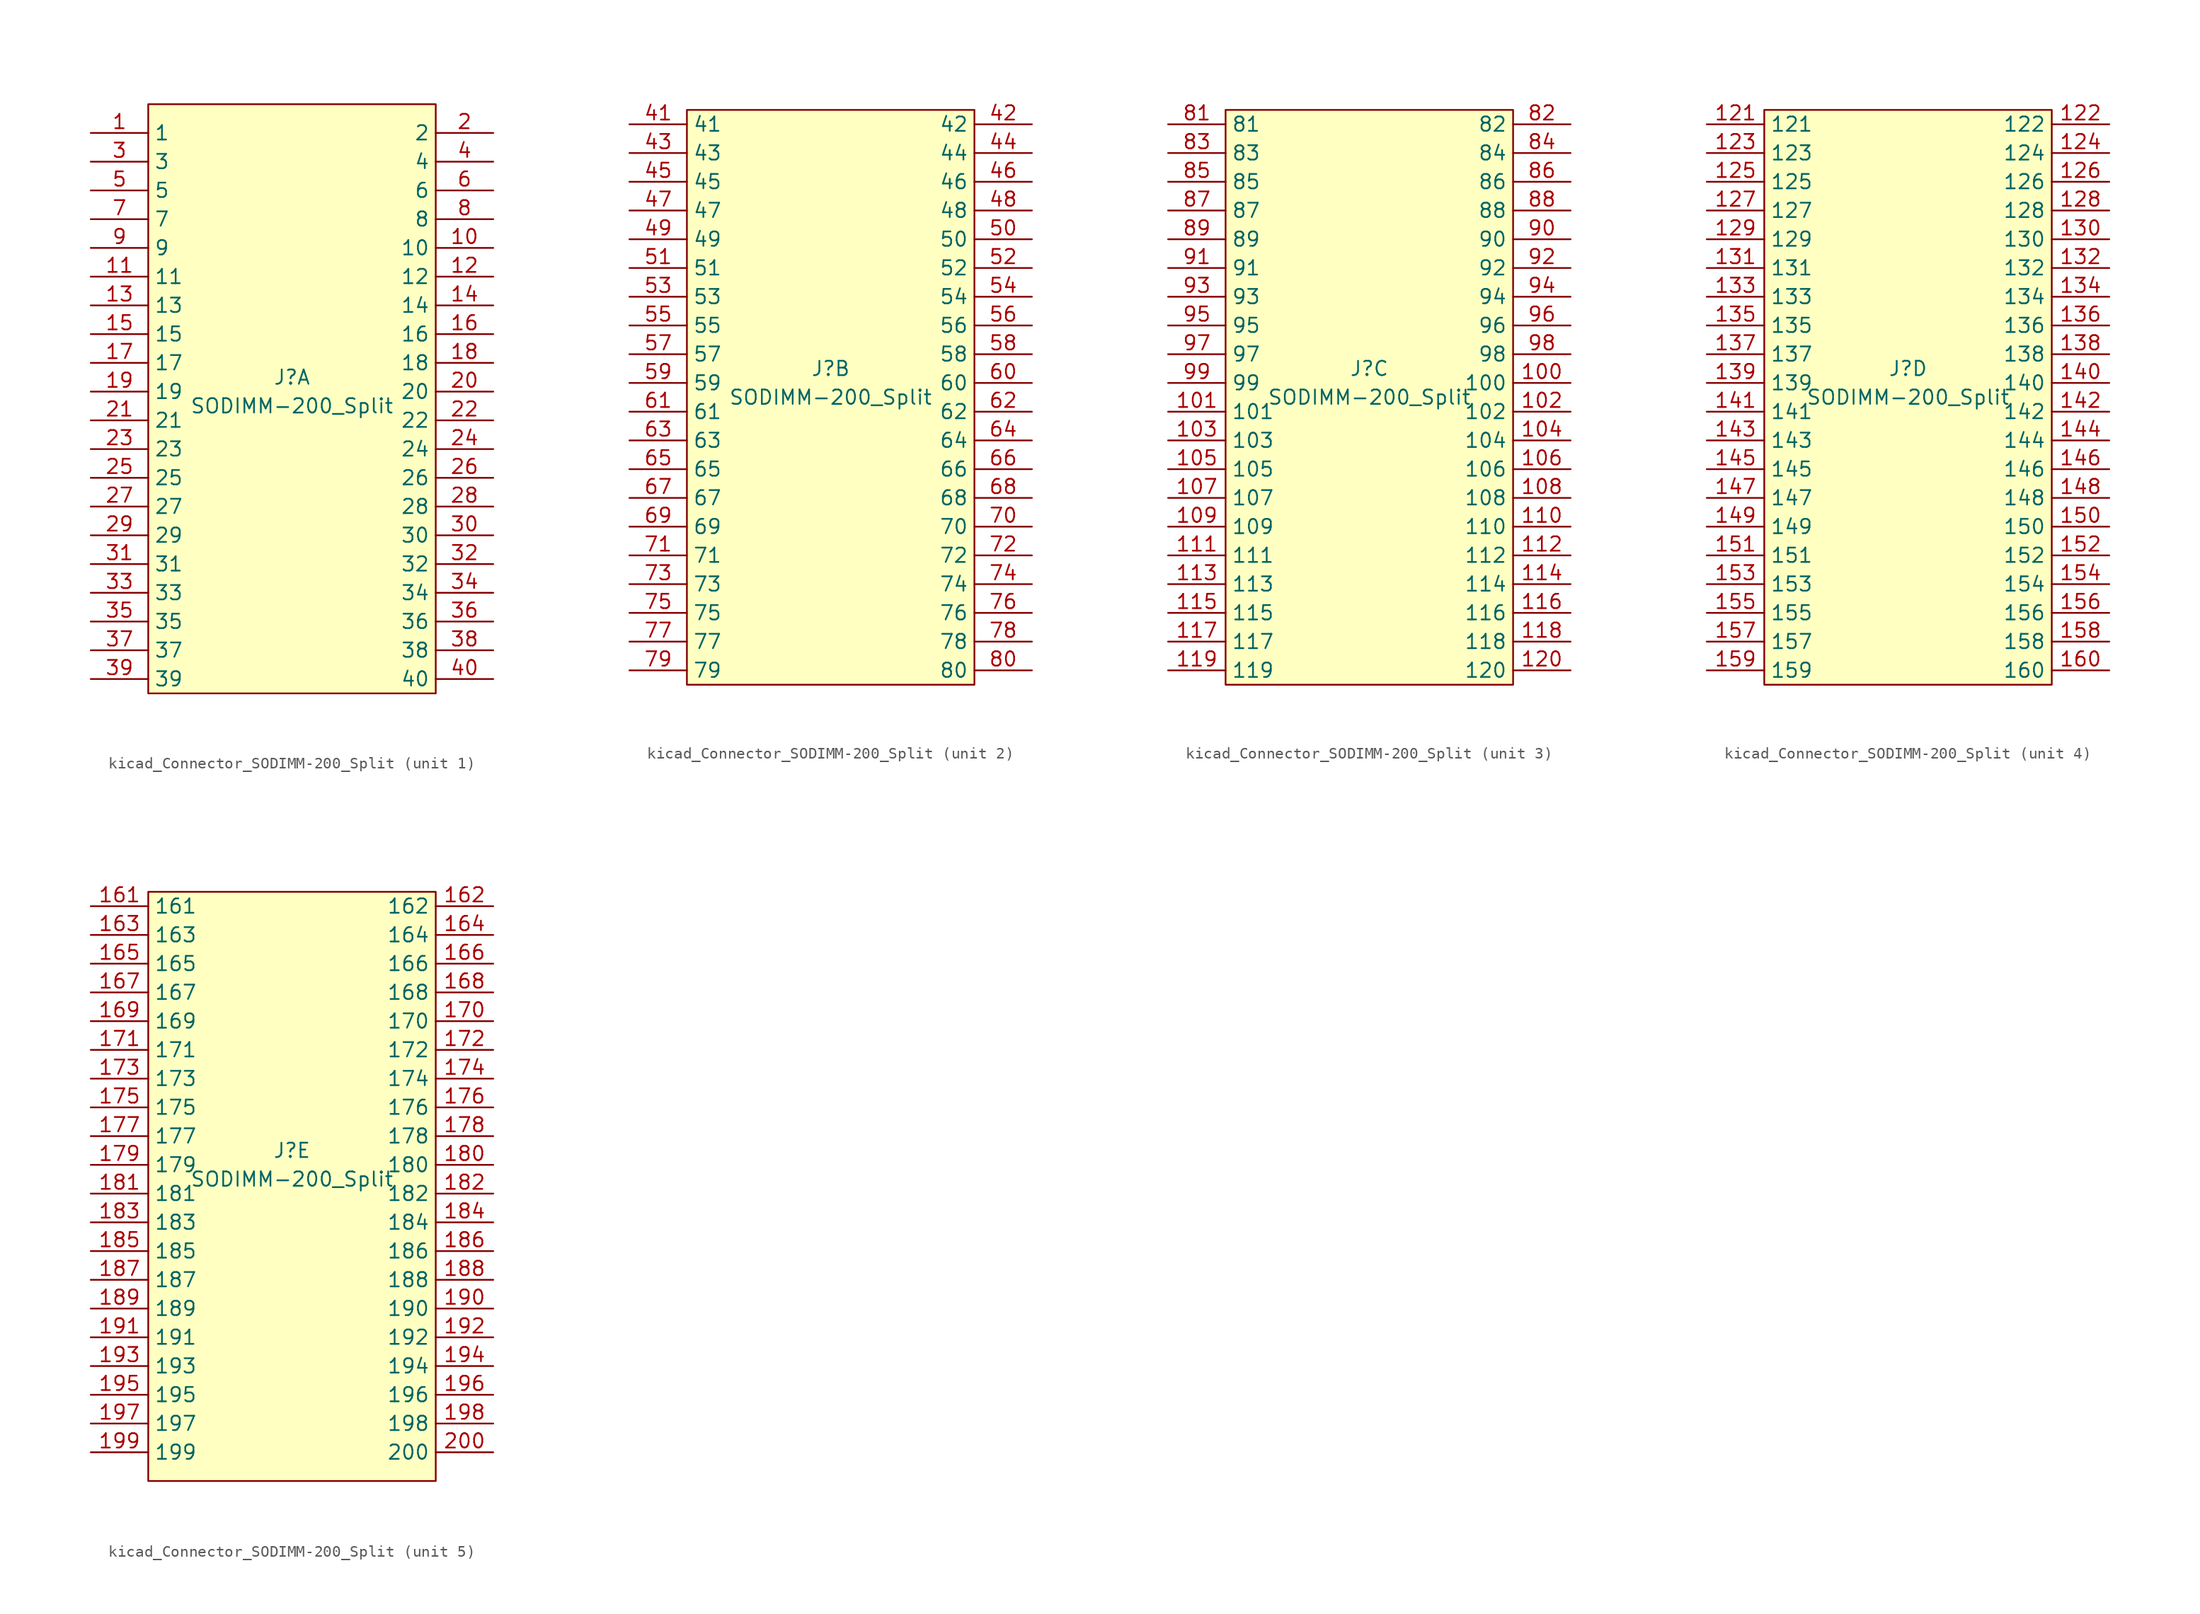
<source format=kicad_sym>
(kicad_symbol_lib
  (version 20220914)
  (generator kicad_symbol_editor)
  (symbol "kicad_Connector_SODIMM-200_Split"
    (property "Reference" "J"
      (at 0 1.27 0)
      (effects (font (size 1.27 1.27))))
    (property "Value" "SODIMM-200_Split"
      (at 0 -1.27 0)
      (effects (font (size 1.27 1.27))))
    (property "ki_locked" ""
      (at 0 0 0)
      (effects (font (size 1.27 1.27))))
    (symbol "kicad_Connector_SODIMM-200_Split_1_1"
      (rectangle (start -12.7 25.4) (end 12.7 -26.67) (stroke (width 0) (type default)) (fill (type background)))
      (pin passive line (at -17.78 22.86 0) (length 5.08) (name "1" (effects (font (size 1.27 1.27)))) (number "1" (effects (font (size 1.27 1.27)))))
      (pin passive line (at 17.78 12.7 180) (length 5.08) (name "10" (effects (font (size 1.27 1.27)))) (number "10" (effects (font (size 1.27 1.27)))))
      (pin passive line (at -17.78 10.16 0) (length 5.08) (name "11" (effects (font (size 1.27 1.27)))) (number "11" (effects (font (size 1.27 1.27)))))
      (pin passive line (at 17.78 10.16 180) (length 5.08) (name "12" (effects (font (size 1.27 1.27)))) (number "12" (effects (font (size 1.27 1.27)))))
      (pin passive line (at -17.78 7.62 0) (length 5.08) (name "13" (effects (font (size 1.27 1.27)))) (number "13" (effects (font (size 1.27 1.27)))))
      (pin passive line (at 17.78 7.62 180) (length 5.08) (name "14" (effects (font (size 1.27 1.27)))) (number "14" (effects (font (size 1.27 1.27)))))
      (pin passive line (at -17.78 5.08 0) (length 5.08) (name "15" (effects (font (size 1.27 1.27)))) (number "15" (effects (font (size 1.27 1.27)))))
      (pin passive line (at 17.78 5.08 180) (length 5.08) (name "16" (effects (font (size 1.27 1.27)))) (number "16" (effects (font (size 1.27 1.27)))))
      (pin passive line (at -17.78 2.54 0) (length 5.08) (name "17" (effects (font (size 1.27 1.27)))) (number "17" (effects (font (size 1.27 1.27)))))
      (pin passive line (at 17.78 2.54 180) (length 5.08) (name "18" (effects (font (size 1.27 1.27)))) (number "18" (effects (font (size 1.27 1.27)))))
      (pin passive line (at -17.78 0 0) (length 5.08) (name "19" (effects (font (size 1.27 1.27)))) (number "19" (effects (font (size 1.27 1.27)))))
      (pin passive line (at 17.78 22.86 180) (length 5.08) (name "2" (effects (font (size 1.27 1.27)))) (number "2" (effects (font (size 1.27 1.27)))))
      (pin passive line (at 17.78 0 180) (length 5.08) (name "20" (effects (font (size 1.27 1.27)))) (number "20" (effects (font (size 1.27 1.27)))))
      (pin passive line (at -17.78 -2.54 0) (length 5.08) (name "21" (effects (font (size 1.27 1.27)))) (number "21" (effects (font (size 1.27 1.27)))))
      (pin passive line (at 17.78 -2.54 180) (length 5.08) (name "22" (effects (font (size 1.27 1.27)))) (number "22" (effects (font (size 1.27 1.27)))))
      (pin passive line (at -17.78 -5.08 0) (length 5.08) (name "23" (effects (font (size 1.27 1.27)))) (number "23" (effects (font (size 1.27 1.27)))))
      (pin passive line (at 17.78 -5.08 180) (length 5.08) (name "24" (effects (font (size 1.27 1.27)))) (number "24" (effects (font (size 1.27 1.27)))))
      (pin passive line (at -17.78 -7.62 0) (length 5.08) (name "25" (effects (font (size 1.27 1.27)))) (number "25" (effects (font (size 1.27 1.27)))))
      (pin passive line (at 17.78 -7.62 180) (length 5.08) (name "26" (effects (font (size 1.27 1.27)))) (number "26" (effects (font (size 1.27 1.27)))))
      (pin passive line (at -17.78 -10.16 0) (length 5.08) (name "27" (effects (font (size 1.27 1.27)))) (number "27" (effects (font (size 1.27 1.27)))))
      (pin passive line (at 17.78 -10.16 180) (length 5.08) (name "28" (effects (font (size 1.27 1.27)))) (number "28" (effects (font (size 1.27 1.27)))))
      (pin passive line (at -17.78 -12.7 0) (length 5.08) (name "29" (effects (font (size 1.27 1.27)))) (number "29" (effects (font (size 1.27 1.27)))))
      (pin passive line (at -17.78 20.32 0) (length 5.08) (name "3" (effects (font (size 1.27 1.27)))) (number "3" (effects (font (size 1.27 1.27)))))
      (pin passive line (at 17.78 -12.7 180) (length 5.08) (name "30" (effects (font (size 1.27 1.27)))) (number "30" (effects (font (size 1.27 1.27)))))
      (pin passive line (at -17.78 -15.24 0) (length 5.08) (name "31" (effects (font (size 1.27 1.27)))) (number "31" (effects (font (size 1.27 1.27)))))
      (pin passive line (at 17.78 -15.24 180) (length 5.08) (name "32" (effects (font (size 1.27 1.27)))) (number "32" (effects (font (size 1.27 1.27)))))
      (pin passive line (at -17.78 -17.78 0) (length 5.08) (name "33" (effects (font (size 1.27 1.27)))) (number "33" (effects (font (size 1.27 1.27)))))
      (pin passive line (at 17.78 -17.78 180) (length 5.08) (name "34" (effects (font (size 1.27 1.27)))) (number "34" (effects (font (size 1.27 1.27)))))
      (pin passive line (at -17.78 -20.32 0) (length 5.08) (name "35" (effects (font (size 1.27 1.27)))) (number "35" (effects (font (size 1.27 1.27)))))
      (pin passive line (at 17.78 -20.32 180) (length 5.08) (name "36" (effects (font (size 1.27 1.27)))) (number "36" (effects (font (size 1.27 1.27)))))
      (pin passive line (at -17.78 -22.86 0) (length 5.08) (name "37" (effects (font (size 1.27 1.27)))) (number "37" (effects (font (size 1.27 1.27)))))
      (pin passive line (at 17.78 -22.86 180) (length 5.08) (name "38" (effects (font (size 1.27 1.27)))) (number "38" (effects (font (size 1.27 1.27)))))
      (pin passive line (at -17.78 -25.4 0) (length 5.08) (name "39" (effects (font (size 1.27 1.27)))) (number "39" (effects (font (size 1.27 1.27)))))
      (pin passive line (at 17.78 20.32 180) (length 5.08) (name "4" (effects (font (size 1.27 1.27)))) (number "4" (effects (font (size 1.27 1.27)))))
      (pin passive line (at 17.78 -25.4 180) (length 5.08) (name "40" (effects (font (size 1.27 1.27)))) (number "40" (effects (font (size 1.27 1.27)))))
      (pin passive line (at -17.78 17.78 0) (length 5.08) (name "5" (effects (font (size 1.27 1.27)))) (number "5" (effects (font (size 1.27 1.27)))))
      (pin passive line (at 17.78 17.78 180) (length 5.08) (name "6" (effects (font (size 1.27 1.27)))) (number "6" (effects (font (size 1.27 1.27)))))
      (pin passive line (at -17.78 15.24 0) (length 5.08) (name "7" (effects (font (size 1.27 1.27)))) (number "7" (effects (font (size 1.27 1.27)))))
      (pin passive line (at 17.78 15.24 180) (length 5.08) (name "8" (effects (font (size 1.27 1.27)))) (number "8" (effects (font (size 1.27 1.27)))))
      (pin passive line (at -17.78 12.7 0) (length 5.08) (name "9" (effects (font (size 1.27 1.27)))) (number "9" (effects (font (size 1.27 1.27))))))
    (symbol "kicad_Connector_SODIMM-200_Split_2_1"
      (rectangle (start -12.7 -26.67) (end 12.7 24.13) (stroke (width 0) (type default)) (fill (type background)))
      (pin passive line (at -17.78 22.86 0) (length 5.08) (name "41" (effects (font (size 1.27 1.27)))) (number "41" (effects (font (size 1.27 1.27)))))
      (pin passive line (at 17.78 22.86 180) (length 5.08) (name "42" (effects (font (size 1.27 1.27)))) (number "42" (effects (font (size 1.27 1.27)))))
      (pin passive line (at -17.78 20.32 0) (length 5.08) (name "43" (effects (font (size 1.27 1.27)))) (number "43" (effects (font (size 1.27 1.27)))))
      (pin passive line (at 17.78 20.32 180) (length 5.08) (name "44" (effects (font (size 1.27 1.27)))) (number "44" (effects (font (size 1.27 1.27)))))
      (pin passive line (at -17.78 17.78 0) (length 5.08) (name "45" (effects (font (size 1.27 1.27)))) (number "45" (effects (font (size 1.27 1.27)))))
      (pin passive line (at 17.78 17.78 180) (length 5.08) (name "46" (effects (font (size 1.27 1.27)))) (number "46" (effects (font (size 1.27 1.27)))))
      (pin passive line (at -17.78 15.24 0) (length 5.08) (name "47" (effects (font (size 1.27 1.27)))) (number "47" (effects (font (size 1.27 1.27)))))
      (pin passive line (at 17.78 15.24 180) (length 5.08) (name "48" (effects (font (size 1.27 1.27)))) (number "48" (effects (font (size 1.27 1.27)))))
      (pin passive line (at -17.78 12.7 0) (length 5.08) (name "49" (effects (font (size 1.27 1.27)))) (number "49" (effects (font (size 1.27 1.27)))))
      (pin passive line (at 17.78 12.7 180) (length 5.08) (name "50" (effects (font (size 1.27 1.27)))) (number "50" (effects (font (size 1.27 1.27)))))
      (pin passive line (at -17.78 10.16 0) (length 5.08) (name "51" (effects (font (size 1.27 1.27)))) (number "51" (effects (font (size 1.27 1.27)))))
      (pin passive line (at 17.78 10.16 180) (length 5.08) (name "52" (effects (font (size 1.27 1.27)))) (number "52" (effects (font (size 1.27 1.27)))))
      (pin passive line (at -17.78 7.62 0) (length 5.08) (name "53" (effects (font (size 1.27 1.27)))) (number "53" (effects (font (size 1.27 1.27)))))
      (pin passive line (at 17.78 7.62 180) (length 5.08) (name "54" (effects (font (size 1.27 1.27)))) (number "54" (effects (font (size 1.27 1.27)))))
      (pin passive line (at -17.78 5.08 0) (length 5.08) (name "55" (effects (font (size 1.27 1.27)))) (number "55" (effects (font (size 1.27 1.27)))))
      (pin passive line (at 17.78 5.08 180) (length 5.08) (name "56" (effects (font (size 1.27 1.27)))) (number "56" (effects (font (size 1.27 1.27)))))
      (pin passive line (at -17.78 2.54 0) (length 5.08) (name "57" (effects (font (size 1.27 1.27)))) (number "57" (effects (font (size 1.27 1.27)))))
      (pin passive line (at 17.78 2.54 180) (length 5.08) (name "58" (effects (font (size 1.27 1.27)))) (number "58" (effects (font (size 1.27 1.27)))))
      (pin passive line (at -17.78 0 0) (length 5.08) (name "59" (effects (font (size 1.27 1.27)))) (number "59" (effects (font (size 1.27 1.27)))))
      (pin passive line (at 17.78 0 180) (length 5.08) (name "60" (effects (font (size 1.27 1.27)))) (number "60" (effects (font (size 1.27 1.27)))))
      (pin passive line (at -17.78 -2.54 0) (length 5.08) (name "61" (effects (font (size 1.27 1.27)))) (number "61" (effects (font (size 1.27 1.27)))))
      (pin passive line (at 17.78 -2.54 180) (length 5.08) (name "62" (effects (font (size 1.27 1.27)))) (number "62" (effects (font (size 1.27 1.27)))))
      (pin passive line (at -17.78 -5.08 0) (length 5.08) (name "63" (effects (font (size 1.27 1.27)))) (number "63" (effects (font (size 1.27 1.27)))))
      (pin passive line (at 17.78 -5.08 180) (length 5.08) (name "64" (effects (font (size 1.27 1.27)))) (number "64" (effects (font (size 1.27 1.27)))))
      (pin passive line (at -17.78 -7.62 0) (length 5.08) (name "65" (effects (font (size 1.27 1.27)))) (number "65" (effects (font (size 1.27 1.27)))))
      (pin passive line (at 17.78 -7.62 180) (length 5.08) (name "66" (effects (font (size 1.27 1.27)))) (number "66" (effects (font (size 1.27 1.27)))))
      (pin passive line (at -17.78 -10.16 0) (length 5.08) (name "67" (effects (font (size 1.27 1.27)))) (number "67" (effects (font (size 1.27 1.27)))))
      (pin passive line (at 17.78 -10.16 180) (length 5.08) (name "68" (effects (font (size 1.27 1.27)))) (number "68" (effects (font (size 1.27 1.27)))))
      (pin passive line (at -17.78 -12.7 0) (length 5.08) (name "69" (effects (font (size 1.27 1.27)))) (number "69" (effects (font (size 1.27 1.27)))))
      (pin passive line (at 17.78 -12.7 180) (length 5.08) (name "70" (effects (font (size 1.27 1.27)))) (number "70" (effects (font (size 1.27 1.27)))))
      (pin passive line (at -17.78 -15.24 0) (length 5.08) (name "71" (effects (font (size 1.27 1.27)))) (number "71" (effects (font (size 1.27 1.27)))))
      (pin passive line (at 17.78 -15.24 180) (length 5.08) (name "72" (effects (font (size 1.27 1.27)))) (number "72" (effects (font (size 1.27 1.27)))))
      (pin passive line (at -17.78 -17.78 0) (length 5.08) (name "73" (effects (font (size 1.27 1.27)))) (number "73" (effects (font (size 1.27 1.27)))))
      (pin passive line (at 17.78 -17.78 180) (length 5.08) (name "74" (effects (font (size 1.27 1.27)))) (number "74" (effects (font (size 1.27 1.27)))))
      (pin passive line (at -17.78 -20.32 0) (length 5.08) (name "75" (effects (font (size 1.27 1.27)))) (number "75" (effects (font (size 1.27 1.27)))))
      (pin passive line (at 17.78 -20.32 180) (length 5.08) (name "76" (effects (font (size 1.27 1.27)))) (number "76" (effects (font (size 1.27 1.27)))))
      (pin passive line (at -17.78 -22.86 0) (length 5.08) (name "77" (effects (font (size 1.27 1.27)))) (number "77" (effects (font (size 1.27 1.27)))))
      (pin passive line (at 17.78 -22.86 180) (length 5.08) (name "78" (effects (font (size 1.27 1.27)))) (number "78" (effects (font (size 1.27 1.27)))))
      (pin passive line (at -17.78 -25.4 0) (length 5.08) (name "79" (effects (font (size 1.27 1.27)))) (number "79" (effects (font (size 1.27 1.27)))))
      (pin passive line (at 17.78 -25.4 180) (length 5.08) (name "80" (effects (font (size 1.27 1.27)))) (number "80" (effects (font (size 1.27 1.27))))))
    (symbol "kicad_Connector_SODIMM-200_Split_3_1"
      (rectangle (start -12.7 24.13) (end 12.7 -26.67) (stroke (width 0) (type default)) (fill (type background)))
      (pin passive line (at 17.78 0 180) (length 5.08) (name "100" (effects (font (size 1.27 1.27)))) (number "100" (effects (font (size 1.27 1.27)))))
      (pin passive line (at -17.78 -2.54 0) (length 5.08) (name "101" (effects (font (size 1.27 1.27)))) (number "101" (effects (font (size 1.27 1.27)))))
      (pin passive line (at 17.78 -2.54 180) (length 5.08) (name "102" (effects (font (size 1.27 1.27)))) (number "102" (effects (font (size 1.27 1.27)))))
      (pin passive line (at -17.78 -5.08 0) (length 5.08) (name "103" (effects (font (size 1.27 1.27)))) (number "103" (effects (font (size 1.27 1.27)))))
      (pin passive line (at 17.78 -5.08 180) (length 5.08) (name "104" (effects (font (size 1.27 1.27)))) (number "104" (effects (font (size 1.27 1.27)))))
      (pin passive line (at -17.78 -7.62 0) (length 5.08) (name "105" (effects (font (size 1.27 1.27)))) (number "105" (effects (font (size 1.27 1.27)))))
      (pin passive line (at 17.78 -7.62 180) (length 5.08) (name "106" (effects (font (size 1.27 1.27)))) (number "106" (effects (font (size 1.27 1.27)))))
      (pin passive line (at -17.78 -10.16 0) (length 5.08) (name "107" (effects (font (size 1.27 1.27)))) (number "107" (effects (font (size 1.27 1.27)))))
      (pin passive line (at 17.78 -10.16 180) (length 5.08) (name "108" (effects (font (size 1.27 1.27)))) (number "108" (effects (font (size 1.27 1.27)))))
      (pin passive line (at -17.78 -12.7 0) (length 5.08) (name "109" (effects (font (size 1.27 1.27)))) (number "109" (effects (font (size 1.27 1.27)))))
      (pin passive line (at 17.78 -12.7 180) (length 5.08) (name "110" (effects (font (size 1.27 1.27)))) (number "110" (effects (font (size 1.27 1.27)))))
      (pin passive line (at -17.78 -15.24 0) (length 5.08) (name "111" (effects (font (size 1.27 1.27)))) (number "111" (effects (font (size 1.27 1.27)))))
      (pin passive line (at 17.78 -15.24 180) (length 5.08) (name "112" (effects (font (size 1.27 1.27)))) (number "112" (effects (font (size 1.27 1.27)))))
      (pin passive line (at -17.78 -17.78 0) (length 5.08) (name "113" (effects (font (size 1.27 1.27)))) (number "113" (effects (font (size 1.27 1.27)))))
      (pin passive line (at 17.78 -17.78 180) (length 5.08) (name "114" (effects (font (size 1.27 1.27)))) (number "114" (effects (font (size 1.27 1.27)))))
      (pin passive line (at -17.78 -20.32 0) (length 5.08) (name "115" (effects (font (size 1.27 1.27)))) (number "115" (effects (font (size 1.27 1.27)))))
      (pin passive line (at 17.78 -20.32 180) (length 5.08) (name "116" (effects (font (size 1.27 1.27)))) (number "116" (effects (font (size 1.27 1.27)))))
      (pin passive line (at -17.78 -22.86 0) (length 5.08) (name "117" (effects (font (size 1.27 1.27)))) (number "117" (effects (font (size 1.27 1.27)))))
      (pin passive line (at 17.78 -22.86 180) (length 5.08) (name "118" (effects (font (size 1.27 1.27)))) (number "118" (effects (font (size 1.27 1.27)))))
      (pin passive line (at -17.78 -25.4 0) (length 5.08) (name "119" (effects (font (size 1.27 1.27)))) (number "119" (effects (font (size 1.27 1.27)))))
      (pin passive line (at 17.78 -25.4 180) (length 5.08) (name "120" (effects (font (size 1.27 1.27)))) (number "120" (effects (font (size 1.27 1.27)))))
      (pin passive line (at -17.78 22.86 0) (length 5.08) (name "81" (effects (font (size 1.27 1.27)))) (number "81" (effects (font (size 1.27 1.27)))))
      (pin passive line (at 17.78 22.86 180) (length 5.08) (name "82" (effects (font (size 1.27 1.27)))) (number "82" (effects (font (size 1.27 1.27)))))
      (pin passive line (at -17.78 20.32 0) (length 5.08) (name "83" (effects (font (size 1.27 1.27)))) (number "83" (effects (font (size 1.27 1.27)))))
      (pin passive line (at 17.78 20.32 180) (length 5.08) (name "84" (effects (font (size 1.27 1.27)))) (number "84" (effects (font (size 1.27 1.27)))))
      (pin passive line (at -17.78 17.78 0) (length 5.08) (name "85" (effects (font (size 1.27 1.27)))) (number "85" (effects (font (size 1.27 1.27)))))
      (pin passive line (at 17.78 17.78 180) (length 5.08) (name "86" (effects (font (size 1.27 1.27)))) (number "86" (effects (font (size 1.27 1.27)))))
      (pin passive line (at -17.78 15.24 0) (length 5.08) (name "87" (effects (font (size 1.27 1.27)))) (number "87" (effects (font (size 1.27 1.27)))))
      (pin passive line (at 17.78 15.24 180) (length 5.08) (name "88" (effects (font (size 1.27 1.27)))) (number "88" (effects (font (size 1.27 1.27)))))
      (pin passive line (at -17.78 12.7 0) (length 5.08) (name "89" (effects (font (size 1.27 1.27)))) (number "89" (effects (font (size 1.27 1.27)))))
      (pin passive line (at 17.78 12.7 180) (length 5.08) (name "90" (effects (font (size 1.27 1.27)))) (number "90" (effects (font (size 1.27 1.27)))))
      (pin passive line (at -17.78 10.16 0) (length 5.08) (name "91" (effects (font (size 1.27 1.27)))) (number "91" (effects (font (size 1.27 1.27)))))
      (pin passive line (at 17.78 10.16 180) (length 5.08) (name "92" (effects (font (size 1.27 1.27)))) (number "92" (effects (font (size 1.27 1.27)))))
      (pin passive line (at -17.78 7.62 0) (length 5.08) (name "93" (effects (font (size 1.27 1.27)))) (number "93" (effects (font (size 1.27 1.27)))))
      (pin passive line (at 17.78 7.62 180) (length 5.08) (name "94" (effects (font (size 1.27 1.27)))) (number "94" (effects (font (size 1.27 1.27)))))
      (pin passive line (at -17.78 5.08 0) (length 5.08) (name "95" (effects (font (size 1.27 1.27)))) (number "95" (effects (font (size 1.27 1.27)))))
      (pin passive line (at 17.78 5.08 180) (length 5.08) (name "96" (effects (font (size 1.27 1.27)))) (number "96" (effects (font (size 1.27 1.27)))))
      (pin passive line (at -17.78 2.54 0) (length 5.08) (name "97" (effects (font (size 1.27 1.27)))) (number "97" (effects (font (size 1.27 1.27)))))
      (pin passive line (at 17.78 2.54 180) (length 5.08) (name "98" (effects (font (size 1.27 1.27)))) (number "98" (effects (font (size 1.27 1.27)))))
      (pin passive line (at -17.78 0 0) (length 5.08) (name "99" (effects (font (size 1.27 1.27)))) (number "99" (effects (font (size 1.27 1.27))))))
    (symbol "kicad_Connector_SODIMM-200_Split_4_1"
      (rectangle (start -12.7 24.13) (end 12.7 -26.67) (stroke (width 0) (type default)) (fill (type background)))
      (pin passive line (at -17.78 22.86 0) (length 5.08) (name "121" (effects (font (size 1.27 1.27)))) (number "121" (effects (font (size 1.27 1.27)))))
      (pin passive line (at 17.78 22.86 180) (length 5.08) (name "122" (effects (font (size 1.27 1.27)))) (number "122" (effects (font (size 1.27 1.27)))))
      (pin passive line (at -17.78 20.32 0) (length 5.08) (name "123" (effects (font (size 1.27 1.27)))) (number "123" (effects (font (size 1.27 1.27)))))
      (pin passive line (at 17.78 20.32 180) (length 5.08) (name "124" (effects (font (size 1.27 1.27)))) (number "124" (effects (font (size 1.27 1.27)))))
      (pin passive line (at -17.78 17.78 0) (length 5.08) (name "125" (effects (font (size 1.27 1.27)))) (number "125" (effects (font (size 1.27 1.27)))))
      (pin passive line (at 17.78 17.78 180) (length 5.08) (name "126" (effects (font (size 1.27 1.27)))) (number "126" (effects (font (size 1.27 1.27)))))
      (pin passive line (at -17.78 15.24 0) (length 5.08) (name "127" (effects (font (size 1.27 1.27)))) (number "127" (effects (font (size 1.27 1.27)))))
      (pin passive line (at 17.78 15.24 180) (length 5.08) (name "128" (effects (font (size 1.27 1.27)))) (number "128" (effects (font (size 1.27 1.27)))))
      (pin passive line (at -17.78 12.7 0) (length 5.08) (name "129" (effects (font (size 1.27 1.27)))) (number "129" (effects (font (size 1.27 1.27)))))
      (pin passive line (at 17.78 12.7 180) (length 5.08) (name "130" (effects (font (size 1.27 1.27)))) (number "130" (effects (font (size 1.27 1.27)))))
      (pin passive line (at -17.78 10.16 0) (length 5.08) (name "131" (effects (font (size 1.27 1.27)))) (number "131" (effects (font (size 1.27 1.27)))))
      (pin passive line (at 17.78 10.16 180) (length 5.08) (name "132" (effects (font (size 1.27 1.27)))) (number "132" (effects (font (size 1.27 1.27)))))
      (pin passive line (at -17.78 7.62 0) (length 5.08) (name "133" (effects (font (size 1.27 1.27)))) (number "133" (effects (font (size 1.27 1.27)))))
      (pin passive line (at 17.78 7.62 180) (length 5.08) (name "134" (effects (font (size 1.27 1.27)))) (number "134" (effects (font (size 1.27 1.27)))))
      (pin passive line (at -17.78 5.08 0) (length 5.08) (name "135" (effects (font (size 1.27 1.27)))) (number "135" (effects (font (size 1.27 1.27)))))
      (pin passive line (at 17.78 5.08 180) (length 5.08) (name "136" (effects (font (size 1.27 1.27)))) (number "136" (effects (font (size 1.27 1.27)))))
      (pin passive line (at -17.78 2.54 0) (length 5.08) (name "137" (effects (font (size 1.27 1.27)))) (number "137" (effects (font (size 1.27 1.27)))))
      (pin passive line (at 17.78 2.54 180) (length 5.08) (name "138" (effects (font (size 1.27 1.27)))) (number "138" (effects (font (size 1.27 1.27)))))
      (pin passive line (at -17.78 0 0) (length 5.08) (name "139" (effects (font (size 1.27 1.27)))) (number "139" (effects (font (size 1.27 1.27)))))
      (pin passive line (at 17.78 0 180) (length 5.08) (name "140" (effects (font (size 1.27 1.27)))) (number "140" (effects (font (size 1.27 1.27)))))
      (pin passive line (at -17.78 -2.54 0) (length 5.08) (name "141" (effects (font (size 1.27 1.27)))) (number "141" (effects (font (size 1.27 1.27)))))
      (pin passive line (at 17.78 -2.54 180) (length 5.08) (name "142" (effects (font (size 1.27 1.27)))) (number "142" (effects (font (size 1.27 1.27)))))
      (pin passive line (at -17.78 -5.08 0) (length 5.08) (name "143" (effects (font (size 1.27 1.27)))) (number "143" (effects (font (size 1.27 1.27)))))
      (pin passive line (at 17.78 -5.08 180) (length 5.08) (name "144" (effects (font (size 1.27 1.27)))) (number "144" (effects (font (size 1.27 1.27)))))
      (pin passive line (at -17.78 -7.62 0) (length 5.08) (name "145" (effects (font (size 1.27 1.27)))) (number "145" (effects (font (size 1.27 1.27)))))
      (pin passive line (at 17.78 -7.62 180) (length 5.08) (name "146" (effects (font (size 1.27 1.27)))) (number "146" (effects (font (size 1.27 1.27)))))
      (pin passive line (at -17.78 -10.16 0) (length 5.08) (name "147" (effects (font (size 1.27 1.27)))) (number "147" (effects (font (size 1.27 1.27)))))
      (pin passive line (at 17.78 -10.16 180) (length 5.08) (name "148" (effects (font (size 1.27 1.27)))) (number "148" (effects (font (size 1.27 1.27)))))
      (pin passive line (at -17.78 -12.7 0) (length 5.08) (name "149" (effects (font (size 1.27 1.27)))) (number "149" (effects (font (size 1.27 1.27)))))
      (pin passive line (at 17.78 -12.7 180) (length 5.08) (name "150" (effects (font (size 1.27 1.27)))) (number "150" (effects (font (size 1.27 1.27)))))
      (pin passive line (at -17.78 -15.24 0) (length 5.08) (name "151" (effects (font (size 1.27 1.27)))) (number "151" (effects (font (size 1.27 1.27)))))
      (pin passive line (at 17.78 -15.24 180) (length 5.08) (name "152" (effects (font (size 1.27 1.27)))) (number "152" (effects (font (size 1.27 1.27)))))
      (pin passive line (at -17.78 -17.78 0) (length 5.08) (name "153" (effects (font (size 1.27 1.27)))) (number "153" (effects (font (size 1.27 1.27)))))
      (pin passive line (at 17.78 -17.78 180) (length 5.08) (name "154" (effects (font (size 1.27 1.27)))) (number "154" (effects (font (size 1.27 1.27)))))
      (pin passive line (at -17.78 -20.32 0) (length 5.08) (name "155" (effects (font (size 1.27 1.27)))) (number "155" (effects (font (size 1.27 1.27)))))
      (pin passive line (at 17.78 -20.32 180) (length 5.08) (name "156" (effects (font (size 1.27 1.27)))) (number "156" (effects (font (size 1.27 1.27)))))
      (pin passive line (at -17.78 -22.86 0) (length 5.08) (name "157" (effects (font (size 1.27 1.27)))) (number "157" (effects (font (size 1.27 1.27)))))
      (pin passive line (at 17.78 -22.86 180) (length 5.08) (name "158" (effects (font (size 1.27 1.27)))) (number "158" (effects (font (size 1.27 1.27)))))
      (pin passive line (at -17.78 -25.4 0) (length 5.08) (name "159" (effects (font (size 1.27 1.27)))) (number "159" (effects (font (size 1.27 1.27)))))
      (pin passive line (at 17.78 -25.4 180) (length 5.08) (name "160" (effects (font (size 1.27 1.27)))) (number "160" (effects (font (size 1.27 1.27))))))
    (symbol "kicad_Connector_SODIMM-200_Split_5_1"
      (rectangle (start -12.7 24.13) (end 12.7 -27.94) (stroke (width 0) (type default)) (fill (type background)))
      (pin passive line (at -17.78 22.86 0) (length 5.08) (name "161" (effects (font (size 1.27 1.27)))) (number "161" (effects (font (size 1.27 1.27)))))
      (pin passive line (at 17.78 22.86 180) (length 5.08) (name "162" (effects (font (size 1.27 1.27)))) (number "162" (effects (font (size 1.27 1.27)))))
      (pin passive line (at -17.78 20.32 0) (length 5.08) (name "163" (effects (font (size 1.27 1.27)))) (number "163" (effects (font (size 1.27 1.27)))))
      (pin passive line (at 17.78 20.32 180) (length 5.08) (name "164" (effects (font (size 1.27 1.27)))) (number "164" (effects (font (size 1.27 1.27)))))
      (pin passive line (at -17.78 17.78 0) (length 5.08) (name "165" (effects (font (size 1.27 1.27)))) (number "165" (effects (font (size 1.27 1.27)))))
      (pin passive line (at 17.78 17.78 180) (length 5.08) (name "166" (effects (font (size 1.27 1.27)))) (number "166" (effects (font (size 1.27 1.27)))))
      (pin passive line (at -17.78 15.24 0) (length 5.08) (name "167" (effects (font (size 1.27 1.27)))) (number "167" (effects (font (size 1.27 1.27)))))
      (pin passive line (at 17.78 15.24 180) (length 5.08) (name "168" (effects (font (size 1.27 1.27)))) (number "168" (effects (font (size 1.27 1.27)))))
      (pin passive line (at -17.78 12.7 0) (length 5.08) (name "169" (effects (font (size 1.27 1.27)))) (number "169" (effects (font (size 1.27 1.27)))))
      (pin passive line (at 17.78 12.7 180) (length 5.08) (name "170" (effects (font (size 1.27 1.27)))) (number "170" (effects (font (size 1.27 1.27)))))
      (pin passive line (at -17.78 10.16 0) (length 5.08) (name "171" (effects (font (size 1.27 1.27)))) (number "171" (effects (font (size 1.27 1.27)))))
      (pin passive line (at 17.78 10.16 180) (length 5.08) (name "172" (effects (font (size 1.27 1.27)))) (number "172" (effects (font (size 1.27 1.27)))))
      (pin passive line (at -17.78 7.62 0) (length 5.08) (name "173" (effects (font (size 1.27 1.27)))) (number "173" (effects (font (size 1.27 1.27)))))
      (pin passive line (at 17.78 7.62 180) (length 5.08) (name "174" (effects (font (size 1.27 1.27)))) (number "174" (effects (font (size 1.27 1.27)))))
      (pin passive line (at -17.78 5.08 0) (length 5.08) (name "175" (effects (font (size 1.27 1.27)))) (number "175" (effects (font (size 1.27 1.27)))))
      (pin passive line (at 17.78 5.08 180) (length 5.08) (name "176" (effects (font (size 1.27 1.27)))) (number "176" (effects (font (size 1.27 1.27)))))
      (pin passive line (at -17.78 2.54 0) (length 5.08) (name "177" (effects (font (size 1.27 1.27)))) (number "177" (effects (font (size 1.27 1.27)))))
      (pin passive line (at 17.78 2.54 180) (length 5.08) (name "178" (effects (font (size 1.27 1.27)))) (number "178" (effects (font (size 1.27 1.27)))))
      (pin passive line (at -17.78 0 0) (length 5.08) (name "179" (effects (font (size 1.27 1.27)))) (number "179" (effects (font (size 1.27 1.27)))))
      (pin passive line (at 17.78 0 180) (length 5.08) (name "180" (effects (font (size 1.27 1.27)))) (number "180" (effects (font (size 1.27 1.27)))))
      (pin passive line (at -17.78 -2.54 0) (length 5.08) (name "181" (effects (font (size 1.27 1.27)))) (number "181" (effects (font (size 1.27 1.27)))))
      (pin passive line (at 17.78 -2.54 180) (length 5.08) (name "182" (effects (font (size 1.27 1.27)))) (number "182" (effects (font (size 1.27 1.27)))))
      (pin passive line (at -17.78 -5.08 0) (length 5.08) (name "183" (effects (font (size 1.27 1.27)))) (number "183" (effects (font (size 1.27 1.27)))))
      (pin passive line (at 17.78 -5.08 180) (length 5.08) (name "184" (effects (font (size 1.27 1.27)))) (number "184" (effects (font (size 1.27 1.27)))))
      (pin passive line (at -17.78 -7.62 0) (length 5.08) (name "185" (effects (font (size 1.27 1.27)))) (number "185" (effects (font (size 1.27 1.27)))))
      (pin passive line (at 17.78 -7.62 180) (length 5.08) (name "186" (effects (font (size 1.27 1.27)))) (number "186" (effects (font (size 1.27 1.27)))))
      (pin passive line (at -17.78 -10.16 0) (length 5.08) (name "187" (effects (font (size 1.27 1.27)))) (number "187" (effects (font (size 1.27 1.27)))))
      (pin passive line (at 17.78 -10.16 180) (length 5.08) (name "188" (effects (font (size 1.27 1.27)))) (number "188" (effects (font (size 1.27 1.27)))))
      (pin passive line (at -17.78 -12.7 0) (length 5.08) (name "189" (effects (font (size 1.27 1.27)))) (number "189" (effects (font (size 1.27 1.27)))))
      (pin passive line (at 17.78 -12.7 180) (length 5.08) (name "190" (effects (font (size 1.27 1.27)))) (number "190" (effects (font (size 1.27 1.27)))))
      (pin passive line (at -17.78 -15.24 0) (length 5.08) (name "191" (effects (font (size 1.27 1.27)))) (number "191" (effects (font (size 1.27 1.27)))))
      (pin passive line (at 17.78 -15.24 180) (length 5.08) (name "192" (effects (font (size 1.27 1.27)))) (number "192" (effects (font (size 1.27 1.27)))))
      (pin passive line (at -17.78 -17.78 0) (length 5.08) (name "193" (effects (font (size 1.27 1.27)))) (number "193" (effects (font (size 1.27 1.27)))))
      (pin passive line (at 17.78 -17.78 180) (length 5.08) (name "194" (effects (font (size 1.27 1.27)))) (number "194" (effects (font (size 1.27 1.27)))))
      (pin passive line (at -17.78 -20.32 0) (length 5.08) (name "195" (effects (font (size 1.27 1.27)))) (number "195" (effects (font (size 1.27 1.27)))))
      (pin passive line (at 17.78 -20.32 180) (length 5.08) (name "196" (effects (font (size 1.27 1.27)))) (number "196" (effects (font (size 1.27 1.27)))))
      (pin passive line (at -17.78 -22.86 0) (length 5.08) (name "197" (effects (font (size 1.27 1.27)))) (number "197" (effects (font (size 1.27 1.27)))))
      (pin passive line (at 17.78 -22.86 180) (length 5.08) (name "198" (effects (font (size 1.27 1.27)))) (number "198" (effects (font (size 1.27 1.27)))))
      (pin passive line (at -17.78 -25.4 0) (length 5.08) (name "199" (effects (font (size 1.27 1.27)))) (number "199" (effects (font (size 1.27 1.27)))))
      (pin passive line (at 17.78 -25.4 180) (length 5.08) (name "200" (effects (font (size 1.27 1.27)))) (number "200" (effects (font (size 1.27 1.27))))))))
</source>
